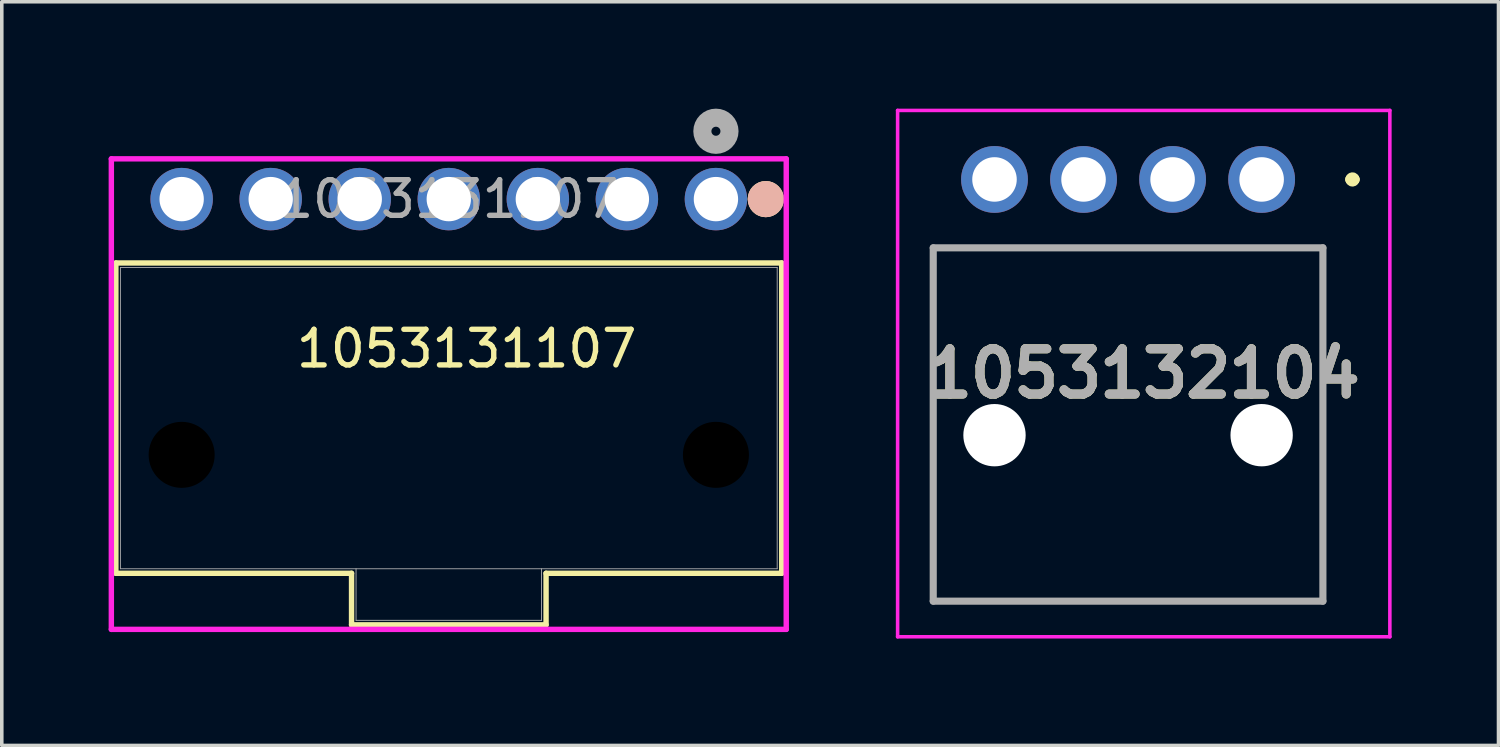
<source format=kicad_pcb>
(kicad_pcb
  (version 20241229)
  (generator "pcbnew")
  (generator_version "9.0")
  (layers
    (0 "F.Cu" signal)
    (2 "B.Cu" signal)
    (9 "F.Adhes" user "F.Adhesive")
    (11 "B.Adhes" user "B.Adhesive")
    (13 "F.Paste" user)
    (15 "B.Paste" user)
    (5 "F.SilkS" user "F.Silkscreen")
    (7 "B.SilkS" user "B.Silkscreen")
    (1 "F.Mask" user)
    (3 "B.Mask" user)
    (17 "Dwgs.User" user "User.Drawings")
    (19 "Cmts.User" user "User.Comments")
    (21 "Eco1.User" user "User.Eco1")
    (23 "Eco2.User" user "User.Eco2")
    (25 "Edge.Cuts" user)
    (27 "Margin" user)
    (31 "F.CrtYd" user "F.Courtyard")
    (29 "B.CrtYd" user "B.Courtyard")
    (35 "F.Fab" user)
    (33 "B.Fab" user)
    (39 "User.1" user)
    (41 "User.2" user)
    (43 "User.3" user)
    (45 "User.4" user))
  (footprint "1053132104"
    (layer "F.Cu")
    (at 32.371 1.988)
    (property "Reference" "1053132104" (at -3.31 5.451 0) (layer "F.SilkS") (effects (font (size 1.27 1.27) (thickness 0.254))))
    (attr through_hole)
    (fp_line (start -9.22 1.92) (end 1.72 1.92) (stroke (width 0.1) (type solid)) (layer "F.SilkS"))
    (fp_line (start -9.22 11.84) (end -9.22 1.92) (stroke (width 0.1) (type solid)) (layer "F.SilkS"))
    (fp_line (start 1.72 1.92) (end 1.72 11.84) (stroke (width 0.1) (type solid)) (layer "F.SilkS"))
    (fp_line (start 1.72 11.84) (end -9.22 11.84) (stroke (width 0.1) (type solid)) (layer "F.SilkS"))
    (fp_line (start 2.5 0) (end 2.5 0) (stroke (width 0.3) (type solid)) (layer "F.SilkS"))
    (fp_line (start 2.6 0) (end 2.6 0) (stroke (width 0.3) (type solid)) (layer "F.SilkS"))
    (fp_arc (start 2.5 0) (mid 2.55 -0.05) (end 2.6 0) (stroke (width 0.3) (type solid)) (layer "F.SilkS"))
    (fp_arc (start 2.6 0) (mid 2.55 0.05) (end 2.5 0) (stroke (width 0.3) (type solid)) (layer "F.SilkS"))
    (fp_line (start -10.22 -1.938) (end 3.6 -1.938) (stroke (width 0.1) (type solid)) (layer "F.CrtYd"))
    (fp_line (start -10.22 12.84) (end -10.22 -1.938) (stroke (width 0.1) (type solid)) (layer "F.CrtYd"))
    (fp_line (start 3.6 -1.938) (end 3.6 12.84) (stroke (width 0.1) (type solid)) (layer "F.CrtYd"))
    (fp_line (start 3.6 12.84) (end -10.22 12.84) (stroke (width 0.1) (type solid)) (layer "F.CrtYd"))
    (fp_line (start -9.22 1.92) (end 1.72 1.92) (stroke (width 0.2) (type solid)) (layer "F.Fab"))
    (fp_line (start -9.22 11.84) (end -9.22 1.92) (stroke (width 0.2) (type solid)) (layer "F.Fab"))
    (fp_line (start 1.72 1.92) (end 1.72 11.84) (stroke (width 0.2) (type solid)) (layer "F.Fab"))
    (fp_line (start 1.72 11.84) (end -9.22 11.84) (stroke (width 0.2) (type solid)) (layer "F.Fab"))
    (fp_text user "${REFERENCE}" (at -3.31 5.451 0) (layer "F.Fab") (effects (font (size 1.27 1.27) (thickness 0.254))))
    (pad "" np_thru_hole circle (at -7.5 7.18) (size 1.75 1.75) (drill 1.75) (layers "*.Cu" "*.Mask"))
    (pad "" np_thru_hole circle (at 0 7.18) (size 1.75 1.75) (drill 1.75) (layers "*.Cu" "*.Mask"))
    (pad "1" thru_hole circle (at 0 0) (size 1.875 1.875) (drill 1.25) (layers "*.Cu" "*.Mask"))
    (pad "2" thru_hole circle (at -2.5 0) (size 1.875 1.875) (drill 1.25) (layers "*.Cu" "*.Mask"))
    (pad "3" thru_hole circle (at -5 0) (size 1.875 1.875) (drill 1.25) (layers "*.Cu" "*.Mask"))
    (pad "4" thru_hole circle (at -7.5 0) (size 1.875 1.875) (drill 1.25) (layers "*.Cu" "*.Mask")))
  (footprint "1053131107"
    (layer "F.Cu")
    (at 17.05 2.54)
    (property "Reference" "1053131107" (at -7 4.2 0) (unlocked yes) (layer "F.SilkS") (effects (font (size 1 1) (thickness 0.15))))
    (attr through_hole)
    (fp_line (start -16.847 1.793) (end -16.847 10.505) (stroke (width 0.152) (type solid)) (layer "F.SilkS"))
    (fp_line (start -16.847 10.505) (end -10.23 10.505) (stroke (width 0.152) (type solid)) (layer "F.SilkS"))
    (fp_line (start -10.23 10.505) (end -10.23 11.953) (stroke (width 0.152) (type solid)) (layer "F.SilkS"))
    (fp_line (start -10.23 11.953) (end -4.769 11.953) (stroke (width 0.152) (type solid)) (layer "F.SilkS"))
    (fp_line (start -4.769 10.505) (end 1.847 10.505) (stroke (width 0.152) (type solid)) (layer "F.SilkS"))
    (fp_line (start -4.769 11.953) (end -4.769 10.505) (stroke (width 0.152) (type solid)) (layer "F.SilkS"))
    (fp_line (start 1.847 1.793) (end -16.847 1.793) (stroke (width 0.152) (type solid)) (layer "F.SilkS"))
    (fp_line (start 1.847 10.505) (end 1.847 1.793) (stroke (width 0.152) (type solid)) (layer "F.SilkS"))
    (fp_circle (center 1.4 0) (end 1.4 0) (stroke (width 0.508) (type solid)) (fill no) (layer "F.SilkS"))
    (fp_circle (center 1.4 0) (end 1.4 0) (stroke (width 0.508) (type solid)) (fill no) (layer "B.SilkS"))
    (fp_line (start -16.974 -1.13) (end -16.974 12.08) (stroke (width 0.152) (type solid)) (layer "F.CrtYd"))
    (fp_line (start -16.974 12.08) (end 1.974 12.08) (stroke (width 0.152) (type solid)) (layer "F.CrtYd"))
    (fp_line (start 1.974 -1.13) (end -16.974 -1.13) (stroke (width 0.152) (type solid)) (layer "F.CrtYd"))
    (fp_line (start 1.974 12.08) (end 1.974 -1.13) (stroke (width 0.152) (type solid)) (layer "F.CrtYd"))
    (fp_line (start -16.72 1.92) (end -16.72 10.378) (stroke (width 0.025) (type solid)) (layer "F.Fab"))
    (fp_line (start -16.72 10.378) (end 1.72 10.378) (stroke (width 0.025) (type solid)) (layer "F.Fab"))
    (fp_line (start -10.104 11.826) (end -10.104 10.378) (stroke (width 0.025) (type solid)) (layer "F.Fab"))
    (fp_line (start -4.896 10.378) (end -4.896 11.826) (stroke (width 0.025) (type solid)) (layer "F.Fab"))
    (fp_line (start -4.896 11.826) (end -10.104 11.826) (stroke (width 0.025) (type solid)) (layer "F.Fab"))
    (fp_line (start 1.72 1.92) (end -16.72 1.92) (stroke (width 0.025) (type solid)) (layer "F.Fab"))
    (fp_line (start 1.72 10.378) (end 1.72 1.92) (stroke (width 0.025) (type solid)) (layer "F.Fab"))
    (fp_circle (center 0 -1.905) (end 0.381 -1.905) (stroke (width 0.508) (type solid)) (fill no) (layer "F.Fab"))
    (fp_text user "${REFERENCE}" (at -7.5 0 0) (unlocked yes) (layer "F.Fab") (effects (font (size 1 1) (thickness 0.15))))
    (pad "" np_thru_hole circle (at -15 7.18) (size 1.854 1.854) (drill 1.854) (layers))
    (pad "" np_thru_hole circle (at 0 7.18) (size 1.854 1.854) (drill 1.854) (layers))
    (pad "1" thru_hole circle (at 0 0) (size 1.753 1.753) (drill 1.245) (layers "*.Cu" "*.Mask"))
    (pad "2" thru_hole circle (at -2.5 0) (size 1.753 1.753) (drill 1.245) (layers "*.Cu" "*.Mask"))
    (pad "3" thru_hole circle (at -5 0) (size 1.753 1.753) (drill 1.245) (layers "*.Cu" "*.Mask"))
    (pad "4" thru_hole circle (at -7.5 0) (size 1.753 1.753) (drill 1.245) (layers "*.Cu" "*.Mask"))
    (pad "5" thru_hole circle (at -10 0) (size 1.753 1.753) (drill 1.245) (layers "*.Cu" "*.Mask"))
    (pad "6" thru_hole circle (at -12.5 0) (size 1.753 1.753) (drill 1.245) (layers "*.Cu" "*.Mask"))
    (pad "7" thru_hole circle (at -15 0) (size 1.753 1.753) (drill 1.245) (layers "*.Cu" "*.Mask")))
  (gr_rect
    (start -3 -3)
    (end 39.021 17.878)
    (stroke (width 0.1) (type default))
    (fill no)
    (layer "Edge.Cuts")))
</source>
